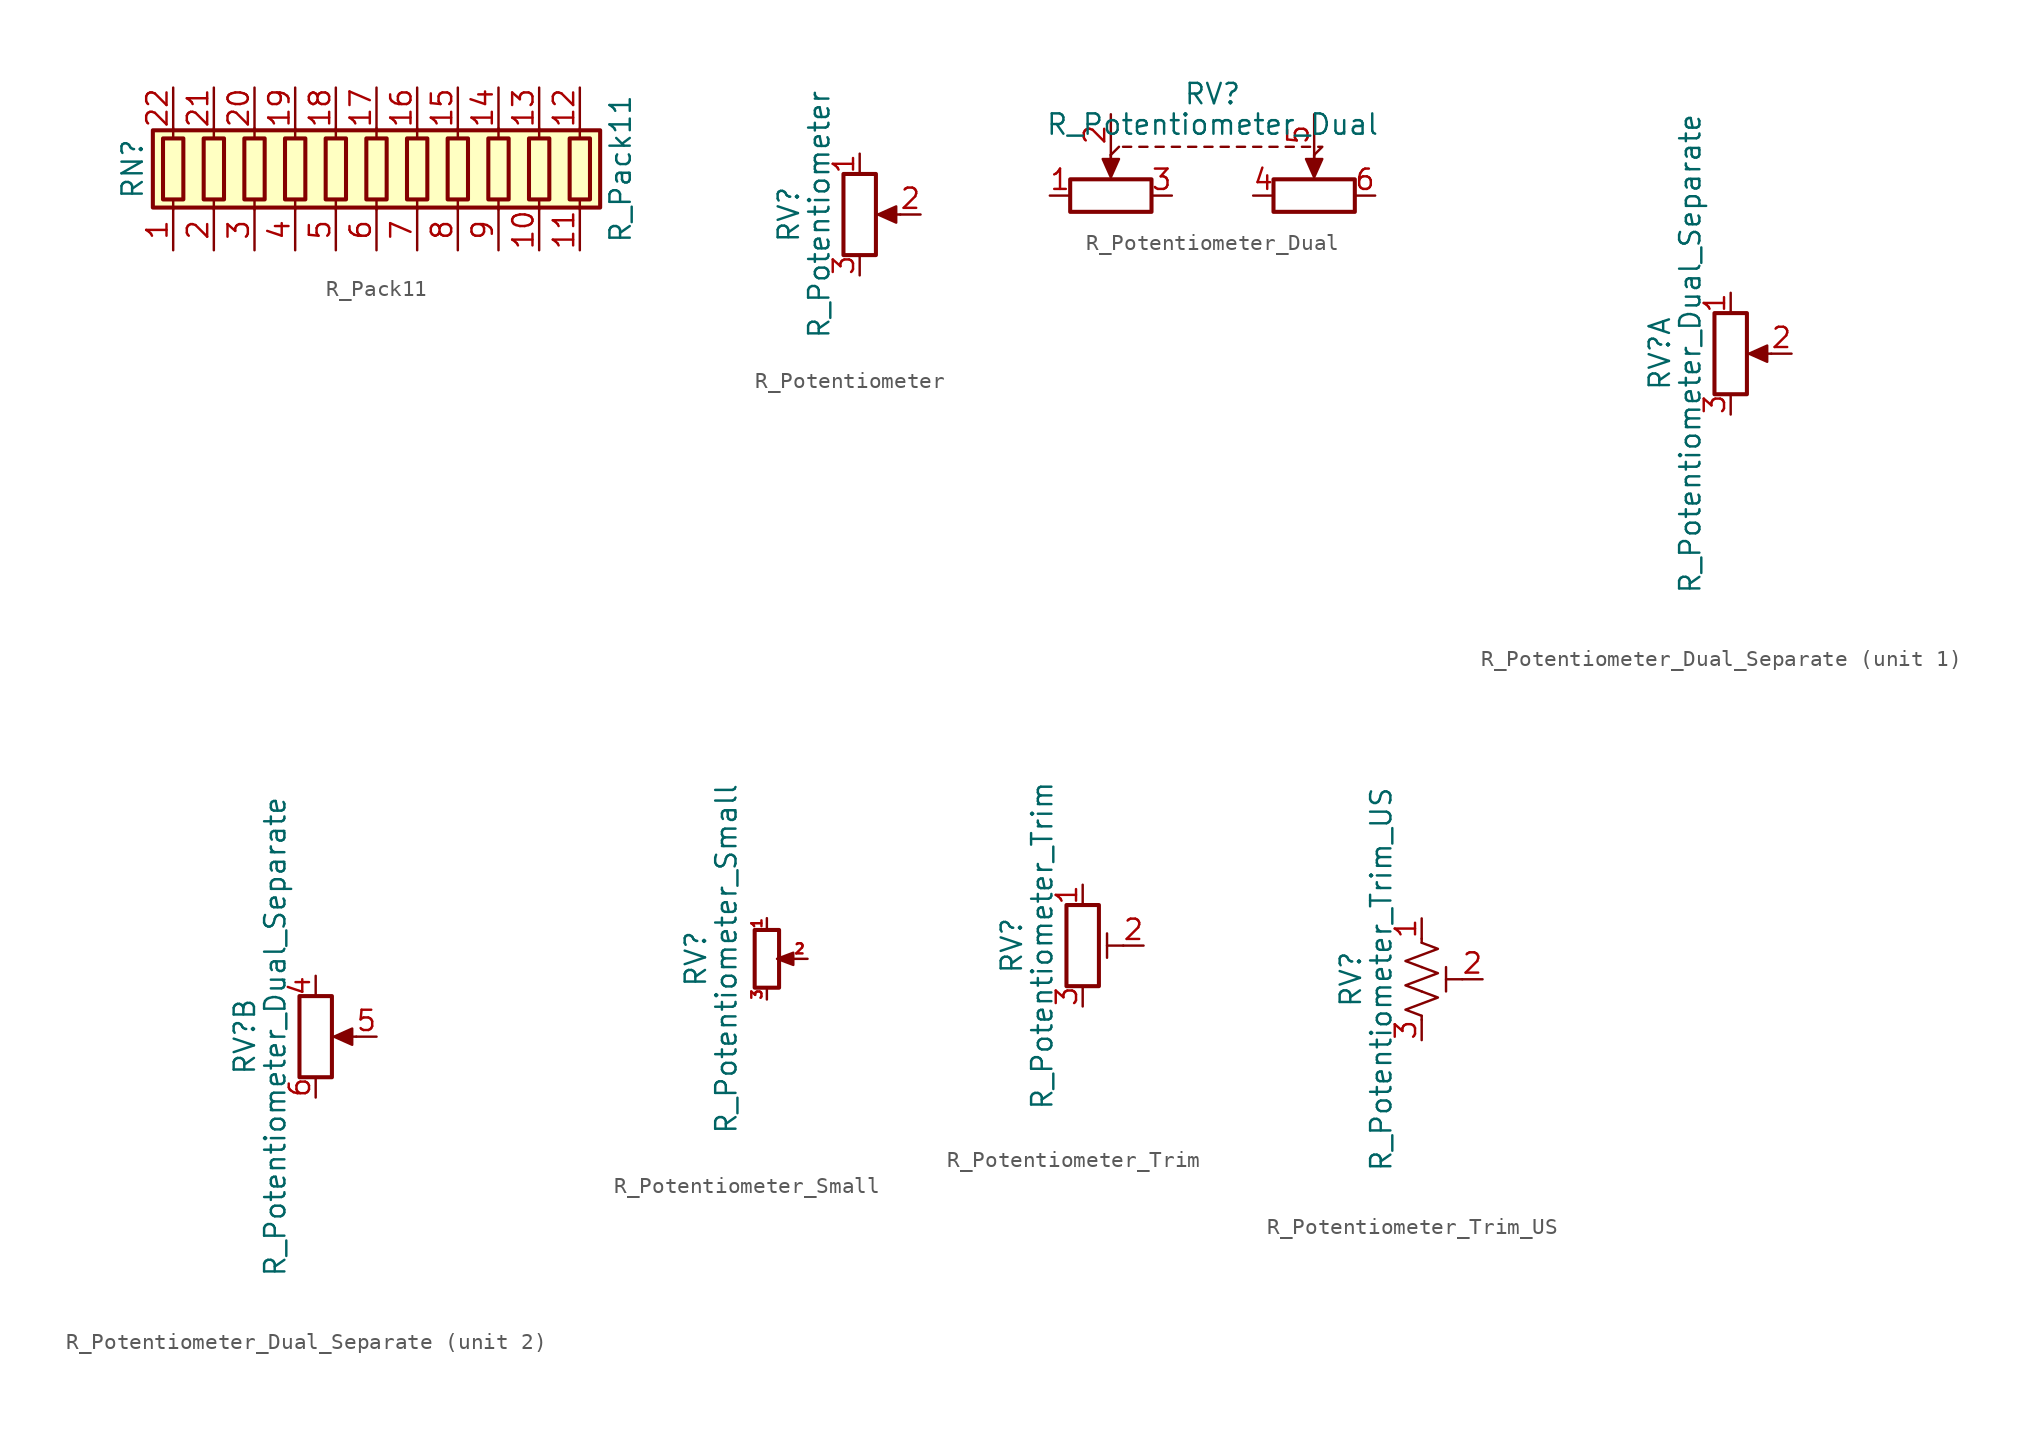
<source format=kicad_sym>
(kicad_symbol_lib
  (version 20211014)
  (generator kicad_symbol_editor)
  (symbol "R_Pack11"
    (pin_names
      (offset 0) hide)
    (property "Reference" "RN"
      (at -15.24 0 90)
      (effects (font (size 1.27 1.27))))
    (property "Value" "R_Pack11"
      (at 15.24 0 90)
      (effects (font (size 1.27 1.27))))
    (symbol "R_Pack11_0_1"
      (rectangle (start -13.97 -2.413) (end 13.97 2.413) (stroke (width 0.254) (type default) (color 0 0 0 0)) (fill (type background)))
      (rectangle (start -13.335 1.905) (end -12.065 -1.905) (stroke (width 0.254) (type default) (color 0 0 0 0)) (fill (type none)))
      (rectangle (start -10.795 1.905) (end -9.525 -1.905) (stroke (width 0.254) (type default) (color 0 0 0 0)) (fill (type none)))
      (rectangle (start -8.255 1.905) (end -6.985 -1.905) (stroke (width 0.254) (type default) (color 0 0 0 0)) (fill (type none)))
      (rectangle (start -5.715 1.905) (end -4.445 -1.905) (stroke (width 0.254) (type default) (color 0 0 0 0)) (fill (type none)))
      (rectangle (start -3.175 1.905) (end -1.905 -1.905) (stroke (width 0.254) (type default) (color 0 0 0 0)) (fill (type none)))
      (rectangle (start -0.635 1.905) (end 0.635 -1.905) (stroke (width 0.254) (type default) (color 0 0 0 0)) (fill (type none)))
      (polyline (pts (xy -12.7 -2.54) (xy -12.7 -1.905)) (stroke (width 0) (type default) (color 0 0 0 0)) (fill (type none)))
      (polyline (pts (xy -12.7 1.905) (xy -12.7 2.54)) (stroke (width 0) (type default) (color 0 0 0 0)) (fill (type none)))
      (polyline (pts (xy -10.16 -2.54) (xy -10.16 -1.905)) (stroke (width 0) (type default) (color 0 0 0 0)) (fill (type none)))
      (polyline (pts (xy -10.16 1.905) (xy -10.16 2.54)) (stroke (width 0) (type default) (color 0 0 0 0)) (fill (type none)))
      (polyline (pts (xy -7.62 -2.54) (xy -7.62 -1.905)) (stroke (width 0) (type default) (color 0 0 0 0)) (fill (type none)))
      (polyline (pts (xy -7.62 1.905) (xy -7.62 2.54)) (stroke (width 0) (type default) (color 0 0 0 0)) (fill (type none)))
      (polyline (pts (xy -5.08 -2.54) (xy -5.08 -1.905)) (stroke (width 0) (type default) (color 0 0 0 0)) (fill (type none)))
      (polyline (pts (xy -5.08 1.905) (xy -5.08 2.54)) (stroke (width 0) (type default) (color 0 0 0 0)) (fill (type none)))
      (polyline (pts (xy -2.54 -2.54) (xy -2.54 -1.905)) (stroke (width 0) (type default) (color 0 0 0 0)) (fill (type none)))
      (polyline (pts (xy -2.54 1.905) (xy -2.54 2.54)) (stroke (width 0) (type default) (color 0 0 0 0)) (fill (type none)))
      (polyline (pts (xy 0 -2.54) (xy 0 -1.905)) (stroke (width 0) (type default) (color 0 0 0 0)) (fill (type none)))
      (polyline (pts (xy 0 1.905) (xy 0 2.54)) (stroke (width 0) (type default) (color 0 0 0 0)) (fill (type none)))
      (polyline (pts (xy 2.54 -2.54) (xy 2.54 -1.905)) (stroke (width 0) (type default) (color 0 0 0 0)) (fill (type none)))
      (polyline (pts (xy 2.54 1.905) (xy 2.54 2.54)) (stroke (width 0) (type default) (color 0 0 0 0)) (fill (type none)))
      (polyline (pts (xy 5.08 -2.54) (xy 5.08 -1.905)) (stroke (width 0) (type default) (color 0 0 0 0)) (fill (type none)))
      (polyline (pts (xy 5.08 1.905) (xy 5.08 2.54)) (stroke (width 0) (type default) (color 0 0 0 0)) (fill (type none)))
      (polyline (pts (xy 7.62 -2.54) (xy 7.62 -1.905)) (stroke (width 0) (type default) (color 0 0 0 0)) (fill (type none)))
      (polyline (pts (xy 7.62 1.905) (xy 7.62 2.54)) (stroke (width 0) (type default) (color 0 0 0 0)) (fill (type none)))
      (polyline (pts (xy 10.16 -2.54) (xy 10.16 -1.905)) (stroke (width 0) (type default) (color 0 0 0 0)) (fill (type none)))
      (polyline (pts (xy 10.16 1.905) (xy 10.16 2.54)) (stroke (width 0) (type default) (color 0 0 0 0)) (fill (type none)))
      (polyline (pts (xy 12.7 -2.54) (xy 12.7 -1.905)) (stroke (width 0) (type default) (color 0 0 0 0)) (fill (type none)))
      (polyline (pts (xy 12.7 1.905) (xy 12.7 2.54)) (stroke (width 0) (type default) (color 0 0 0 0)) (fill (type none)))
      (rectangle (start 1.905 1.905) (end 3.175 -1.905) (stroke (width 0.254) (type default) (color 0 0 0 0)) (fill (type none)))
      (rectangle (start 4.445 1.905) (end 5.715 -1.905) (stroke (width 0.254) (type default) (color 0 0 0 0)) (fill (type none)))
      (rectangle (start 6.985 1.905) (end 8.255 -1.905) (stroke (width 0.254) (type default) (color 0 0 0 0)) (fill (type none)))
      (rectangle (start 9.525 1.905) (end 10.795 -1.905) (stroke (width 0.254) (type default) (color 0 0 0 0)) (fill (type none)))
      (rectangle (start 12.065 1.905) (end 13.335 -1.905) (stroke (width 0.254) (type default) (color 0 0 0 0)) (fill (type none))))
    (symbol "R_Pack11_1_1"
      (pin passive line (at -12.7 -5.08 90) (length 2.54) (name "R1.1" (effects (font (size 1.27 1.27)))) (number "1" (effects (font (size 1.27 1.27)))))
      (pin passive line (at 10.16 -5.08 90) (length 2.54) (name "R10.1" (effects (font (size 1.27 1.27)))) (number "10" (effects (font (size 1.27 1.27)))))
      (pin passive line (at 12.7 -5.08 90) (length 2.54) (name "R11.1" (effects (font (size 1.27 1.27)))) (number "11" (effects (font (size 1.27 1.27)))))
      (pin passive line (at 12.7 5.08 270) (length 2.54) (name "R11.2" (effects (font (size 1.27 1.27)))) (number "12" (effects (font (size 1.27 1.27)))))
      (pin passive line (at 10.16 5.08 270) (length 2.54) (name "R10.2" (effects (font (size 1.27 1.27)))) (number "13" (effects (font (size 1.27 1.27)))))
      (pin passive line (at 7.62 5.08 270) (length 2.54) (name "R9.2" (effects (font (size 1.27 1.27)))) (number "14" (effects (font (size 1.27 1.27)))))
      (pin passive line (at 5.08 5.08 270) (length 2.54) (name "R8.2" (effects (font (size 1.27 1.27)))) (number "15" (effects (font (size 1.27 1.27)))))
      (pin passive line (at 2.54 5.08 270) (length 2.54) (name "R7.2" (effects (font (size 1.27 1.27)))) (number "16" (effects (font (size 1.27 1.27)))))
      (pin passive line (at 0 5.08 270) (length 2.54) (name "R6.2" (effects (font (size 1.27 1.27)))) (number "17" (effects (font (size 1.27 1.27)))))
      (pin passive line (at -2.54 5.08 270) (length 2.54) (name "R5.2" (effects (font (size 1.27 1.27)))) (number "18" (effects (font (size 1.27 1.27)))))
      (pin passive line (at -5.08 5.08 270) (length 2.54) (name "R4.2" (effects (font (size 1.27 1.27)))) (number "19" (effects (font (size 1.27 1.27)))))
      (pin passive line (at -10.16 -5.08 90) (length 2.54) (name "R2.1" (effects (font (size 1.27 1.27)))) (number "2" (effects (font (size 1.27 1.27)))))
      (pin passive line (at -7.62 5.08 270) (length 2.54) (name "R3.2" (effects (font (size 1.27 1.27)))) (number "20" (effects (font (size 1.27 1.27)))))
      (pin passive line (at -10.16 5.08 270) (length 2.54) (name "R2.2" (effects (font (size 1.27 1.27)))) (number "21" (effects (font (size 1.27 1.27)))))
      (pin passive line (at -12.7 5.08 270) (length 2.54) (name "R1.2" (effects (font (size 1.27 1.27)))) (number "22" (effects (font (size 1.27 1.27)))))
      (pin passive line (at -7.62 -5.08 90) (length 2.54) (name "R3.1" (effects (font (size 1.27 1.27)))) (number "3" (effects (font (size 1.27 1.27)))))
      (pin passive line (at -5.08 -5.08 90) (length 2.54) (name "R4.1" (effects (font (size 1.27 1.27)))) (number "4" (effects (font (size 1.27 1.27)))))
      (pin passive line (at -2.54 -5.08 90) (length 2.54) (name "R5.1" (effects (font (size 1.27 1.27)))) (number "5" (effects (font (size 1.27 1.27)))))
      (pin passive line (at 0 -5.08 90) (length 2.54) (name "R6.1" (effects (font (size 1.27 1.27)))) (number "6" (effects (font (size 1.27 1.27)))))
      (pin passive line (at 2.54 -5.08 90) (length 2.54) (name "R7.1" (effects (font (size 1.27 1.27)))) (number "7" (effects (font (size 1.27 1.27)))))
      (pin passive line (at 5.08 -5.08 90) (length 2.54) (name "R8.1" (effects (font (size 1.27 1.27)))) (number "8" (effects (font (size 1.27 1.27)))))
      (pin passive line (at 7.62 -5.08 90) (length 2.54) (name "R9.1" (effects (font (size 1.27 1.27)))) (number "9" (effects (font (size 1.27 1.27)))))))
  (symbol "R_Potentiometer"
    (pin_names
      (offset 1.016) hide)
    (property "Reference" "RV"
      (at -4.445 0 90)
      (effects (font (size 1.27 1.27))))
    (property "Value" "R_Potentiometer"
      (at -2.54 0 90)
      (effects (font (size 1.27 1.27))))
    (symbol "R_Potentiometer_0_1"
      (polyline (pts (xy 2.54 0) (xy 1.524 0)) (stroke (width 0) (type default) (color 0 0 0 0)) (fill (type none)))
      (polyline (pts (xy 1.143 0) (xy 2.286 0.508) (xy 2.286 -0.508) (xy 1.143 0)) (stroke (width 0) (type default) (color 0 0 0 0)) (fill (type outline)))
      (rectangle (start 1.016 2.54) (end -1.016 -2.54) (stroke (width 0.254) (type default) (color 0 0 0 0)) (fill (type none))))
    (symbol "R_Potentiometer_1_1"
      (pin passive line (at 0 3.81 270) (length 1.27) (name "1" (effects (font (size 1.27 1.27)))) (number "1" (effects (font (size 1.27 1.27)))))
      (pin passive line (at 3.81 0 180) (length 1.27) (name "2" (effects (font (size 1.27 1.27)))) (number "2" (effects (font (size 1.27 1.27)))))
      (pin passive line (at 0 -3.81 90) (length 1.27) (name "3" (effects (font (size 1.27 1.27)))) (number "3" (effects (font (size 1.27 1.27)))))))
  (symbol "R_Potentiometer_Dual"
    (pin_names
      (offset 1.016) hide)
    (property "Reference" "RV"
      (at 0 3.81 0)
      (effects (font (size 1.27 1.27))))
    (property "Value" "R_Potentiometer_Dual"
      (at 0 1.905 0)
      (effects (font (size 1.27 1.27))))
    (symbol "R_Potentiometer_Dual_0_1"
      (rectangle (start -8.89 -1.524) (end -3.81 -3.556) (stroke (width 0.254) (type default) (color 0 0 0 0)) (fill (type none)))
      (polyline (pts (xy -6.35 0) (xy -6.35 -1.016)) (stroke (width 0) (type default) (color 0 0 0 0)) (fill (type none)))
      (polyline (pts (xy -6.35 0) (xy -6.35 -1.016)) (stroke (width 0) (type default) (color 0 0 0 0)) (fill (type none)))
      (polyline (pts (xy -6.35 0) (xy -5.842 0.508)) (stroke (width 0) (type default) (color 0 0 0 0)) (fill (type none)))
      (polyline (pts (xy -5.588 0.508) (xy -5.08 0.508)) (stroke (width 0) (type default) (color 0 0 0 0)) (fill (type none)))
      (polyline (pts (xy -4.572 0.508) (xy -4.064 0.508)) (stroke (width 0) (type default) (color 0 0 0 0)) (fill (type none)))
      (polyline (pts (xy -3.556 0.508) (xy -3.048 0.508)) (stroke (width 0) (type default) (color 0 0 0 0)) (fill (type none)))
      (polyline (pts (xy -2.54 0.508) (xy -2.032 0.508)) (stroke (width 0) (type default) (color 0 0 0 0)) (fill (type none)))
      (polyline (pts (xy -1.524 0.508) (xy -1.016 0.508)) (stroke (width 0) (type default) (color 0 0 0 0)) (fill (type none)))
      (polyline (pts (xy -0.508 0.508) (xy 0 0.508)) (stroke (width 0) (type default) (color 0 0 0 0)) (fill (type none)))
      (polyline (pts (xy 0.508 0.508) (xy 1.016 0.508)) (stroke (width 0) (type default) (color 0 0 0 0)) (fill (type none)))
      (polyline (pts (xy 1.524 0.508) (xy 2.032 0.508)) (stroke (width 0) (type default) (color 0 0 0 0)) (fill (type none)))
      (polyline (pts (xy 2.54 0.508) (xy 3.048 0.508)) (stroke (width 0) (type default) (color 0 0 0 0)) (fill (type none)))
      (polyline (pts (xy 3.556 0.508) (xy 4.064 0.508)) (stroke (width 0) (type default) (color 0 0 0 0)) (fill (type none)))
      (polyline (pts (xy 4.572 0.508) (xy 5.08 0.508)) (stroke (width 0) (type default) (color 0 0 0 0)) (fill (type none)))
      (polyline (pts (xy 5.588 0.508) (xy 6.096 0.508)) (stroke (width 0) (type default) (color 0 0 0 0)) (fill (type none)))
      (polyline (pts (xy 6.35 0) (xy 6.35 -1.016)) (stroke (width 0) (type default) (color 0 0 0 0)) (fill (type none)))
      (polyline (pts (xy 6.35 0) (xy 6.35 -1.016)) (stroke (width 0) (type default) (color 0 0 0 0)) (fill (type none)))
      (polyline (pts (xy 6.604 0.508) (xy 6.858 0.508) (xy 6.35 0)) (stroke (width 0) (type default) (color 0 0 0 0)) (fill (type none)))
      (polyline (pts (xy -6.35 -1.397) (xy -6.858 -0.254) (xy -5.842 -0.254) (xy -6.35 -1.397)) (stroke (width 0) (type default) (color 0 0 0 0)) (fill (type outline)))
      (polyline (pts (xy 6.35 -1.397) (xy 5.842 -0.254) (xy 6.858 -0.254) (xy 6.35 -1.397)) (stroke (width 0) (type default) (color 0 0 0 0)) (fill (type outline)))
      (rectangle (start 3.81 -1.524) (end 8.89 -3.556) (stroke (width 0.254) (type default) (color 0 0 0 0)) (fill (type none))))
    (symbol "R_Potentiometer_Dual_1_1"
      (pin passive line (at -10.16 -2.54 0) (length 1.27) (name "1" (effects (font (size 1.27 1.27)))) (number "1" (effects (font (size 1.27 1.27)))))
      (pin passive line (at -6.35 2.54 270) (length 2.54) (name "2" (effects (font (size 1.27 1.27)))) (number "2" (effects (font (size 1.27 1.27)))))
      (pin passive line (at -2.54 -2.54 180) (length 1.27) (name "3" (effects (font (size 1.27 1.27)))) (number "3" (effects (font (size 1.27 1.27)))))
      (pin passive line (at 2.54 -2.54 0) (length 1.27) (name "4" (effects (font (size 1.27 1.27)))) (number "4" (effects (font (size 1.27 1.27)))))
      (pin passive line (at 6.35 2.54 270) (length 2.54) (name "5" (effects (font (size 1.27 1.27)))) (number "5" (effects (font (size 1.27 1.27)))))
      (pin passive line (at 10.16 -2.54 180) (length 1.27) (name "6" (effects (font (size 1.27 1.27)))) (number "6" (effects (font (size 1.27 1.27)))))))
  (symbol "R_Potentiometer_Dual_Separate"
    (pin_names
      (offset 1.016) hide)
    (property "Reference" "RV"
      (at -4.445 0 90)
      (effects (font (size 1.27 1.27))))
    (property "Value" "R_Potentiometer_Dual_Separate"
      (at -2.54 0 90)
      (effects (font (size 1.27 1.27))))
    (symbol "R_Potentiometer_Dual_Separate_0_1"
      (polyline (pts (xy 2.54 0) (xy 1.524 0)) (stroke (width 0) (type default) (color 0 0 0 0)) (fill (type none)))
      (polyline (pts (xy 1.143 0) (xy 2.286 0.508) (xy 2.286 -0.508) (xy 1.143 0)) (stroke (width 0) (type default) (color 0 0 0 0)) (fill (type outline)))
      (rectangle (start 1.016 2.54) (end -1.016 -2.54) (stroke (width 0.254) (type default) (color 0 0 0 0)) (fill (type none))))
    (symbol "R_Potentiometer_Dual_Separate_1_1"
      (pin passive line (at 0 3.81 270) (length 1.27) (name "1" (effects (font (size 1.27 1.27)))) (number "1" (effects (font (size 1.27 1.27)))))
      (pin passive line (at 3.81 0 180) (length 1.27) (name "2" (effects (font (size 1.27 1.27)))) (number "2" (effects (font (size 1.27 1.27)))))
      (pin passive line (at 0 -3.81 90) (length 1.27) (name "3" (effects (font (size 1.27 1.27)))) (number "3" (effects (font (size 1.27 1.27))))))
    (symbol "R_Potentiometer_Dual_Separate_2_1"
      (pin passive line (at 0 3.81 270) (length 1.27) (name "4" (effects (font (size 1.27 1.27)))) (number "4" (effects (font (size 1.27 1.27)))))
      (pin passive line (at 3.81 0 180) (length 1.27) (name "5" (effects (font (size 1.27 1.27)))) (number "5" (effects (font (size 1.27 1.27)))))
      (pin passive line (at 0 -3.81 90) (length 1.27) (name "6" (effects (font (size 1.27 1.27)))) (number "6" (effects (font (size 1.27 1.27)))))))
  (symbol "R_Potentiometer_Small"
    (pin_names
      (offset 1.016) hide)
    (property "Reference" "RV"
      (at -4.445 0 90)
      (effects (font (size 1.27 1.27))))
    (property "Value" "R_Potentiometer_Small"
      (at -2.54 0 90)
      (effects (font (size 1.27 1.27))))
    (symbol "R_Potentiometer_Small_0_1"
      (polyline (pts (xy 0.889 0) (xy 0.635 0) (xy 1.651 0.381) (xy 1.651 -0.381) (xy 0.635 0) (xy 0.889 0)) (stroke (width 0) (type default) (color 0 0 0 0)) (fill (type outline)))
      (rectangle (start 0.762 1.803) (end -0.762 -1.803) (stroke (width 0.254) (type default) (color 0 0 0 0)) (fill (type none))))
    (symbol "R_Potentiometer_Small_1_1"
      (pin passive line (at 0 2.54 270) (length 0.635) (name "1" (effects (font (size 0.635 0.635)))) (number "1" (effects (font (size 0.635 0.635)))))
      (pin passive line (at 2.54 0 180) (length 0.991) (name "2" (effects (font (size 0.635 0.635)))) (number "2" (effects (font (size 0.635 0.635)))))
      (pin passive line (at 0 -2.54 90) (length 0.635) (name "3" (effects (font (size 0.635 0.635)))) (number "3" (effects (font (size 0.635 0.635)))))))
  (symbol "R_Potentiometer_Trim"
    (pin_names
      (offset 1.016) hide)
    (property "Reference" "RV"
      (at -4.445 0 90)
      (effects (font (size 1.27 1.27))))
    (property "Value" "R_Potentiometer_Trim"
      (at -2.54 0 90)
      (effects (font (size 1.27 1.27))))
    (symbol "R_Potentiometer_Trim_0_1"
      (polyline (pts (xy 1.524 0.762) (xy 1.524 -0.762)) (stroke (width 0) (type default) (color 0 0 0 0)) (fill (type none)))
      (polyline (pts (xy 2.54 0) (xy 1.524 0)) (stroke (width 0) (type default) (color 0 0 0 0)) (fill (type none)))
      (rectangle (start 1.016 2.54) (end -1.016 -2.54) (stroke (width 0.254) (type default) (color 0 0 0 0)) (fill (type none))))
    (symbol "R_Potentiometer_Trim_1_1"
      (pin passive line (at 0 3.81 270) (length 1.27) (name "1" (effects (font (size 1.27 1.27)))) (number "1" (effects (font (size 1.27 1.27)))))
      (pin passive line (at 3.81 0 180) (length 1.27) (name "2" (effects (font (size 1.27 1.27)))) (number "2" (effects (font (size 1.27 1.27)))))
      (pin passive line (at 0 -3.81 90) (length 1.27) (name "3" (effects (font (size 1.27 1.27)))) (number "3" (effects (font (size 1.27 1.27)))))))
  (symbol "R_Potentiometer_Trim_US"
    (pin_names
      (offset 1.016) hide)
    (property "Reference" "RV"
      (at -4.445 0 90)
      (effects (font (size 1.27 1.27))))
    (property "Value" "R_Potentiometer_Trim_US"
      (at -2.54 0 90)
      (effects (font (size 1.27 1.27))))
    (symbol "R_Potentiometer_Trim_US_0_1"
      (polyline (pts (xy 0 -2.286) (xy 0 -2.54)) (stroke (width 0) (type default) (color 0 0 0 0)) (fill (type none)))
      (polyline (pts (xy 0 2.286) (xy 0 2.54)) (stroke (width 0) (type default) (color 0 0 0 0)) (fill (type none)))
      (polyline (pts (xy 1.524 0.762) (xy 1.524 -0.762)) (stroke (width 0) (type default) (color 0 0 0 0)) (fill (type none)))
      (polyline (pts (xy 2.54 0) (xy 1.524 0)) (stroke (width 0) (type default) (color 0 0 0 0)) (fill (type none)))
      (polyline (pts (xy 0 -0.762) (xy 1.016 -1.143) (xy 0 -1.524) (xy -1.016 -1.905) (xy 0 -2.286)) (stroke (width 0) (type default) (color 0 0 0 0)) (fill (type none)))
      (polyline (pts (xy 0 0.762) (xy 1.016 0.381) (xy 0 0) (xy -1.016 -0.381) (xy 0 -0.762)) (stroke (width 0) (type default) (color 0 0 0 0)) (fill (type none)))
      (polyline (pts (xy 0 2.286) (xy 1.016 1.905) (xy 0 1.524) (xy -1.016 1.143) (xy 0 0.762)) (stroke (width 0) (type default) (color 0 0 0 0)) (fill (type none))))
    (symbol "R_Potentiometer_Trim_US_1_1"
      (pin passive line (at 0 3.81 270) (length 1.27) (name "1" (effects (font (size 1.27 1.27)))) (number "1" (effects (font (size 1.27 1.27)))))
      (pin passive line (at 3.81 0 180) (length 1.27) (name "2" (effects (font (size 1.27 1.27)))) (number "2" (effects (font (size 1.27 1.27)))))
      (pin passive line (at 0 -3.81 90) (length 1.27) (name "3" (effects (font (size 1.27 1.27)))) (number "3" (effects (font (size 1.27 1.27))))))))
</source>
